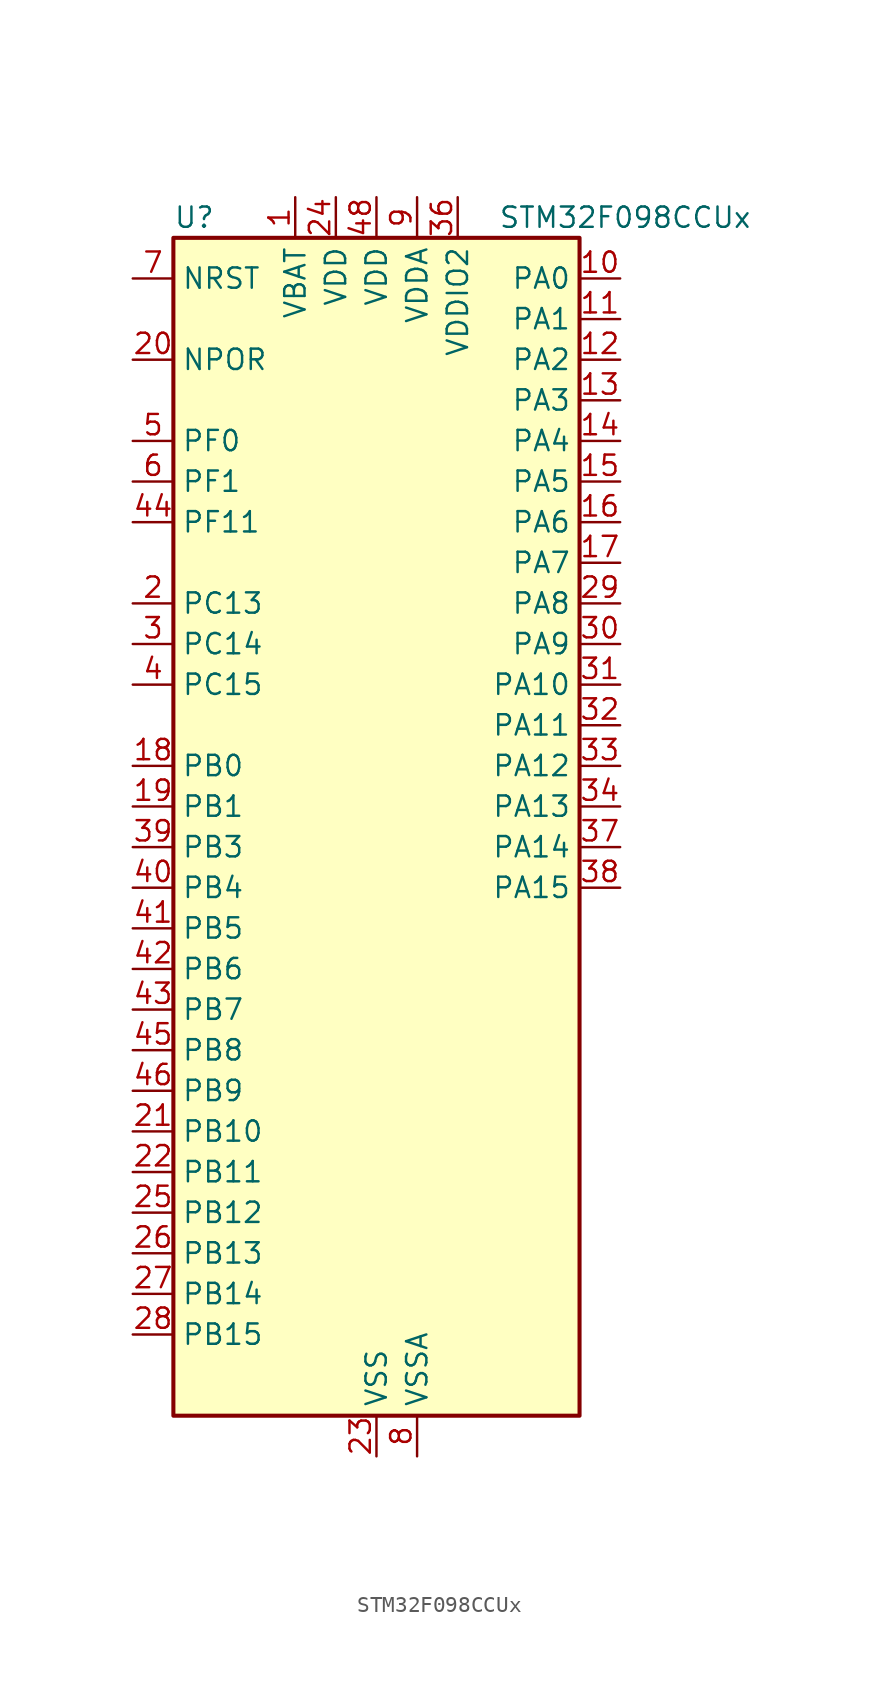
<source format=kicad_sym>
(kicad_symbol_lib
  (version 20220914)
  (generator kicad_symbol_editor)
  (symbol "STM32F098CCUx"
    (property "Reference" "U"
      (at -12.7 39.37 0)
      (effects (font (size 1.27 1.27)) (justify left)))
    (property "Value" "STM32F098CCUx"
      (at 7.62 39.37 0)
      (effects (font (size 1.27 1.27)) (justify left)))
    (property "ki_locked" ""
      (at 0 0 0)
      (effects (font (size 1.27 1.27))))
    (symbol "STM32F098CCUx_0_1"
      (rectangle (start -12.7 -35.56) (end 12.7 38.1) (stroke (width 0.254) (type default)) (fill (type background))))
    (symbol "STM32F098CCUx_1_1"
      (pin power_in line (at -5.08 40.64 270) (length 2.54) (name "VBAT" (effects (font (size 1.27 1.27)))) (number "1" (effects (font (size 1.27 1.27)))))
      (pin bidirectional line (at 15.24 35.56 180) (length 2.54) (name "PA0" (effects (font (size 1.27 1.27)))) (number "10" (effects (font (size 1.27 1.27)))) (alternate "ADC_IN0" bidirectional line) (alternate "COMP1_INM" bidirectional line) (alternate "COMP1_OUT" bidirectional line) (alternate "RTC_TAMP2" bidirectional line) (alternate "SYS_WKUP1" bidirectional line) (alternate "TIM2_CH1" bidirectional line) (alternate "TIM2_ETR" bidirectional line) (alternate "TSC_G1_IO1" bidirectional line) (alternate "USART2_CTS" bidirectional line) (alternate "USART4_TX" bidirectional line))
      (pin bidirectional line (at 15.24 33.02 180) (length 2.54) (name "PA1" (effects (font (size 1.27 1.27)))) (number "11" (effects (font (size 1.27 1.27)))) (alternate "ADC_IN1" bidirectional line) (alternate "COMP1_INP" bidirectional line) (alternate "TIM15_CH1N" bidirectional line) (alternate "TIM2_CH2" bidirectional line) (alternate "TSC_G1_IO2" bidirectional line) (alternate "USART2_DE" bidirectional line) (alternate "USART2_RTS" bidirectional line) (alternate "USART4_RX" bidirectional line))
      (pin bidirectional line (at 15.24 30.48 180) (length 2.54) (name "PA2" (effects (font (size 1.27 1.27)))) (number "12" (effects (font (size 1.27 1.27)))) (alternate "ADC_IN2" bidirectional line) (alternate "COMP2_INM" bidirectional line) (alternate "COMP2_OUT" bidirectional line) (alternate "SYS_WKUP4" bidirectional line) (alternate "TIM15_CH1" bidirectional line) (alternate "TIM2_CH3" bidirectional line) (alternate "TSC_G1_IO3" bidirectional line) (alternate "USART2_TX" bidirectional line))
      (pin bidirectional line (at 15.24 27.94 180) (length 2.54) (name "PA3" (effects (font (size 1.27 1.27)))) (number "13" (effects (font (size 1.27 1.27)))) (alternate "ADC_IN3" bidirectional line) (alternate "COMP2_INP" bidirectional line) (alternate "TIM15_CH2" bidirectional line) (alternate "TIM2_CH4" bidirectional line) (alternate "TSC_G1_IO4" bidirectional line) (alternate "USART2_RX" bidirectional line))
      (pin bidirectional line (at 15.24 25.4 180) (length 2.54) (name "PA4" (effects (font (size 1.27 1.27)))) (number "14" (effects (font (size 1.27 1.27)))) (alternate "ADC_IN4" bidirectional line) (alternate "COMP1_INM" bidirectional line) (alternate "COMP2_INM" bidirectional line) (alternate "DAC_OUT1" bidirectional line) (alternate "I2S1_WS" bidirectional line) (alternate "SPI1_NSS" bidirectional line) (alternate "TIM14_CH1" bidirectional line) (alternate "TSC_G2_IO1" bidirectional line) (alternate "USART2_CK" bidirectional line) (alternate "USART6_TX" bidirectional line))
      (pin bidirectional line (at 15.24 22.86 180) (length 2.54) (name "PA5" (effects (font (size 1.27 1.27)))) (number "15" (effects (font (size 1.27 1.27)))) (alternate "ADC_IN5" bidirectional line) (alternate "CEC" bidirectional line) (alternate "COMP1_INM" bidirectional line) (alternate "COMP2_INM" bidirectional line) (alternate "DAC_OUT2" bidirectional line) (alternate "I2S1_CK" bidirectional line) (alternate "SPI1_SCK" bidirectional line) (alternate "TIM2_CH1" bidirectional line) (alternate "TIM2_ETR" bidirectional line) (alternate "TSC_G2_IO2" bidirectional line) (alternate "USART6_RX" bidirectional line))
      (pin bidirectional line (at 15.24 20.32 180) (length 2.54) (name "PA6" (effects (font (size 1.27 1.27)))) (number "16" (effects (font (size 1.27 1.27)))) (alternate "ADC_IN6" bidirectional line) (alternate "COMP1_OUT" bidirectional line) (alternate "I2S1_MCK" bidirectional line) (alternate "SPI1_MISO" bidirectional line) (alternate "TIM16_CH1" bidirectional line) (alternate "TIM1_BKIN" bidirectional line) (alternate "TIM3_CH1" bidirectional line) (alternate "TSC_G2_IO3" bidirectional line) (alternate "USART3_CTS" bidirectional line))
      (pin bidirectional line (at 15.24 17.78 180) (length 2.54) (name "PA7" (effects (font (size 1.27 1.27)))) (number "17" (effects (font (size 1.27 1.27)))) (alternate "ADC_IN7" bidirectional line) (alternate "COMP2_OUT" bidirectional line) (alternate "I2S1_SD" bidirectional line) (alternate "SPI1_MOSI" bidirectional line) (alternate "TIM14_CH1" bidirectional line) (alternate "TIM17_CH1" bidirectional line) (alternate "TIM1_CH1N" bidirectional line) (alternate "TIM3_CH2" bidirectional line) (alternate "TSC_G2_IO4" bidirectional line))
      (pin bidirectional line (at -15.24 5.08 0) (length 2.54) (name "PB0" (effects (font (size 1.27 1.27)))) (number "18" (effects (font (size 1.27 1.27)))) (alternate "ADC_IN8" bidirectional line) (alternate "TIM1_CH2N" bidirectional line) (alternate "TIM3_CH3" bidirectional line) (alternate "TSC_G3_IO2" bidirectional line) (alternate "USART3_CK" bidirectional line))
      (pin bidirectional line (at -15.24 2.54 0) (length 2.54) (name "PB1" (effects (font (size 1.27 1.27)))) (number "19" (effects (font (size 1.27 1.27)))) (alternate "ADC_IN9" bidirectional line) (alternate "TIM14_CH1" bidirectional line) (alternate "TIM1_CH3N" bidirectional line) (alternate "TIM3_CH4" bidirectional line) (alternate "TSC_G3_IO3" bidirectional line) (alternate "USART3_DE" bidirectional line) (alternate "USART3_RTS" bidirectional line))
      (pin bidirectional line (at -15.24 15.24 0) (length 2.54) (name "PC13" (effects (font (size 1.27 1.27)))) (number "2" (effects (font (size 1.27 1.27)))) (alternate "RTC_OUT_ALARM" bidirectional line) (alternate "RTC_OUT_CALIB" bidirectional line) (alternate "RTC_TAMP1" bidirectional line) (alternate "RTC_TS" bidirectional line) (alternate "SYS_WKUP2" bidirectional line))
      (pin input line (at -15.24 30.48 0) (length 2.54) (name "NPOR" (effects (font (size 1.27 1.27)))) (number "20" (effects (font (size 1.27 1.27)))))
      (pin bidirectional line (at -15.24 -17.78 0) (length 2.54) (name "PB10" (effects (font (size 1.27 1.27)))) (number "21" (effects (font (size 1.27 1.27)))) (alternate "CEC" bidirectional line) (alternate "I2C2_SCL" bidirectional line) (alternate "I2S2_CK" bidirectional line) (alternate "SPI2_SCK" bidirectional line) (alternate "TIM2_CH3" bidirectional line) (alternate "TSC_SYNC" bidirectional line) (alternate "USART3_TX" bidirectional line))
      (pin bidirectional line (at -15.24 -20.32 0) (length 2.54) (name "PB11" (effects (font (size 1.27 1.27)))) (number "22" (effects (font (size 1.27 1.27)))) (alternate "I2C2_SDA" bidirectional line) (alternate "TIM2_CH4" bidirectional line) (alternate "TSC_G6_IO1" bidirectional line) (alternate "USART3_RX" bidirectional line))
      (pin power_in line (at 0 -38.1 90) (length 2.54) (name "VSS" (effects (font (size 1.27 1.27)))) (number "23" (effects (font (size 1.27 1.27)))))
      (pin power_in line (at -2.54 40.64 270) (length 2.54) (name "VDD" (effects (font (size 1.27 1.27)))) (number "24" (effects (font (size 1.27 1.27)))))
      (pin bidirectional line (at -15.24 -22.86 0) (length 2.54) (name "PB12" (effects (font (size 1.27 1.27)))) (number "25" (effects (font (size 1.27 1.27)))) (alternate "I2S2_WS" bidirectional line) (alternate "SPI2_NSS" bidirectional line) (alternate "TIM15_BKIN" bidirectional line) (alternate "TIM1_BKIN" bidirectional line) (alternate "TSC_G6_IO2" bidirectional line) (alternate "USART3_CK" bidirectional line))
      (pin bidirectional line (at -15.24 -25.4 0) (length 2.54) (name "PB13" (effects (font (size 1.27 1.27)))) (number "26" (effects (font (size 1.27 1.27)))) (alternate "I2C2_SCL" bidirectional line) (alternate "I2S2_CK" bidirectional line) (alternate "SPI2_SCK" bidirectional line) (alternate "TIM1_CH1N" bidirectional line) (alternate "TSC_G6_IO3" bidirectional line) (alternate "USART3_CTS" bidirectional line))
      (pin bidirectional line (at -15.24 -27.94 0) (length 2.54) (name "PB14" (effects (font (size 1.27 1.27)))) (number "27" (effects (font (size 1.27 1.27)))) (alternate "I2C2_SDA" bidirectional line) (alternate "I2S2_MCK" bidirectional line) (alternate "SPI2_MISO" bidirectional line) (alternate "TIM15_CH1" bidirectional line) (alternate "TIM1_CH2N" bidirectional line) (alternate "TSC_G6_IO4" bidirectional line) (alternate "USART3_DE" bidirectional line) (alternate "USART3_RTS" bidirectional line))
      (pin bidirectional line (at -15.24 -30.48 0) (length 2.54) (name "PB15" (effects (font (size 1.27 1.27)))) (number "28" (effects (font (size 1.27 1.27)))) (alternate "I2S2_SD" bidirectional line) (alternate "RTC_REFIN" bidirectional line) (alternate "SPI2_MOSI" bidirectional line) (alternate "SYS_WKUP7" bidirectional line) (alternate "TIM15_CH1N" bidirectional line) (alternate "TIM15_CH2" bidirectional line) (alternate "TIM1_CH3N" bidirectional line))
      (pin bidirectional line (at 15.24 15.24 180) (length 2.54) (name "PA8" (effects (font (size 1.27 1.27)))) (number "29" (effects (font (size 1.27 1.27)))) (alternate "CRS_SYNC" bidirectional line) (alternate "RCC_MCO" bidirectional line) (alternate "TIM1_CH1" bidirectional line) (alternate "USART1_CK" bidirectional line))
      (pin bidirectional line (at -15.24 12.7 0) (length 2.54) (name "PC14" (effects (font (size 1.27 1.27)))) (number "3" (effects (font (size 1.27 1.27)))) (alternate "RCC_OSC32_IN" bidirectional line))
      (pin bidirectional line (at 15.24 12.7 180) (length 2.54) (name "PA9" (effects (font (size 1.27 1.27)))) (number "30" (effects (font (size 1.27 1.27)))) (alternate "DAC_EXTI9" bidirectional line) (alternate "I2C1_SCL" bidirectional line) (alternate "RCC_MCO" bidirectional line) (alternate "TIM15_BKIN" bidirectional line) (alternate "TIM1_CH2" bidirectional line) (alternate "TSC_G4_IO1" bidirectional line) (alternate "USART1_TX" bidirectional line))
      (pin bidirectional line (at 15.24 10.16 180) (length 2.54) (name "PA10" (effects (font (size 1.27 1.27)))) (number "31" (effects (font (size 1.27 1.27)))) (alternate "I2C1_SDA" bidirectional line) (alternate "TIM17_BKIN" bidirectional line) (alternate "TIM1_CH3" bidirectional line) (alternate "TSC_G4_IO2" bidirectional line) (alternate "USART1_RX" bidirectional line))
      (pin bidirectional line (at 15.24 7.62 180) (length 2.54) (name "PA11" (effects (font (size 1.27 1.27)))) (number "32" (effects (font (size 1.27 1.27)))) (alternate "CAN_RX" bidirectional line) (alternate "COMP1_OUT" bidirectional line) (alternate "I2C2_SCL" bidirectional line) (alternate "TIM1_CH4" bidirectional line) (alternate "TSC_G4_IO3" bidirectional line) (alternate "USART1_CTS" bidirectional line))
      (pin bidirectional line (at 15.24 5.08 180) (length 2.54) (name "PA12" (effects (font (size 1.27 1.27)))) (number "33" (effects (font (size 1.27 1.27)))) (alternate "CAN_TX" bidirectional line) (alternate "COMP2_OUT" bidirectional line) (alternate "I2C2_SDA" bidirectional line) (alternate "TIM1_ETR" bidirectional line) (alternate "TSC_G4_IO4" bidirectional line) (alternate "USART1_DE" bidirectional line) (alternate "USART1_RTS" bidirectional line))
      (pin bidirectional line (at 15.24 2.54 180) (length 2.54) (name "PA13" (effects (font (size 1.27 1.27)))) (number "34" (effects (font (size 1.27 1.27)))) (alternate "IR_OUT" bidirectional line) (alternate "SYS_SWDIO" bidirectional line))
      (pin passive line (at 0 -38.1 90) (length 2.54) hide (name "VSS" (effects (font (size 1.27 1.27)))) (number "35" (effects (font (size 1.27 1.27)))))
      (pin power_in line (at 5.08 40.64 270) (length 2.54) (name "VDDIO2" (effects (font (size 1.27 1.27)))) (number "36" (effects (font (size 1.27 1.27)))))
      (pin bidirectional line (at 15.24 0 180) (length 2.54) (name "PA14" (effects (font (size 1.27 1.27)))) (number "37" (effects (font (size 1.27 1.27)))) (alternate "SYS_SWCLK" bidirectional line) (alternate "USART2_TX" bidirectional line))
      (pin bidirectional line (at 15.24 -2.54 180) (length 2.54) (name "PA15" (effects (font (size 1.27 1.27)))) (number "38" (effects (font (size 1.27 1.27)))) (alternate "I2S1_WS" bidirectional line) (alternate "SPI1_NSS" bidirectional line) (alternate "TIM2_CH1" bidirectional line) (alternate "TIM2_ETR" bidirectional line) (alternate "USART2_RX" bidirectional line) (alternate "USART4_DE" bidirectional line) (alternate "USART4_RTS" bidirectional line))
      (pin bidirectional line (at -15.24 0 0) (length 2.54) (name "PB3" (effects (font (size 1.27 1.27)))) (number "39" (effects (font (size 1.27 1.27)))) (alternate "I2S1_CK" bidirectional line) (alternate "SPI1_SCK" bidirectional line) (alternate "TIM2_CH2" bidirectional line) (alternate "TSC_G5_IO1" bidirectional line) (alternate "USART5_TX" bidirectional line))
      (pin bidirectional line (at -15.24 10.16 0) (length 2.54) (name "PC15" (effects (font (size 1.27 1.27)))) (number "4" (effects (font (size 1.27 1.27)))) (alternate "RCC_OSC32_OUT" bidirectional line))
      (pin bidirectional line (at -15.24 -2.54 0) (length 2.54) (name "PB4" (effects (font (size 1.27 1.27)))) (number "40" (effects (font (size 1.27 1.27)))) (alternate "I2S1_MCK" bidirectional line) (alternate "SPI1_MISO" bidirectional line) (alternate "TIM17_BKIN" bidirectional line) (alternate "TIM3_CH1" bidirectional line) (alternate "TSC_G5_IO2" bidirectional line) (alternate "USART5_RX" bidirectional line))
      (pin bidirectional line (at -15.24 -5.08 0) (length 2.54) (name "PB5" (effects (font (size 1.27 1.27)))) (number "41" (effects (font (size 1.27 1.27)))) (alternate "I2C1_SMBA" bidirectional line) (alternate "I2S1_SD" bidirectional line) (alternate "SPI1_MOSI" bidirectional line) (alternate "SYS_WKUP6" bidirectional line) (alternate "TIM16_BKIN" bidirectional line) (alternate "TIM3_CH2" bidirectional line) (alternate "USART5_CK" bidirectional line) (alternate "USART5_DE" bidirectional line) (alternate "USART5_RTS" bidirectional line))
      (pin bidirectional line (at -15.24 -7.62 0) (length 2.54) (name "PB6" (effects (font (size 1.27 1.27)))) (number "42" (effects (font (size 1.27 1.27)))) (alternate "I2C1_SCL" bidirectional line) (alternate "TIM16_CH1N" bidirectional line) (alternate "TSC_G5_IO3" bidirectional line) (alternate "USART1_TX" bidirectional line))
      (pin bidirectional line (at -15.24 -10.16 0) (length 2.54) (name "PB7" (effects (font (size 1.27 1.27)))) (number "43" (effects (font (size 1.27 1.27)))) (alternate "I2C1_SDA" bidirectional line) (alternate "TIM17_CH1N" bidirectional line) (alternate "TSC_G5_IO4" bidirectional line) (alternate "USART1_RX" bidirectional line) (alternate "USART4_CTS" bidirectional line))
      (pin bidirectional line (at -15.24 20.32 0) (length 2.54) (name "PF11" (effects (font (size 1.27 1.27)))) (number "44" (effects (font (size 1.27 1.27)))))
      (pin bidirectional line (at -15.24 -12.7 0) (length 2.54) (name "PB8" (effects (font (size 1.27 1.27)))) (number "45" (effects (font (size 1.27 1.27)))) (alternate "CAN_RX" bidirectional line) (alternate "CEC" bidirectional line) (alternate "I2C1_SCL" bidirectional line) (alternate "TIM16_CH1" bidirectional line) (alternate "TSC_SYNC" bidirectional line))
      (pin bidirectional line (at -15.24 -15.24 0) (length 2.54) (name "PB9" (effects (font (size 1.27 1.27)))) (number "46" (effects (font (size 1.27 1.27)))) (alternate "CAN_TX" bidirectional line) (alternate "DAC_EXTI9" bidirectional line) (alternate "I2C1_SDA" bidirectional line) (alternate "I2S2_WS" bidirectional line) (alternate "IR_OUT" bidirectional line) (alternate "SPI2_NSS" bidirectional line) (alternate "TIM17_CH1" bidirectional line))
      (pin passive line (at 0 -38.1 90) (length 2.54) hide (name "VSS" (effects (font (size 1.27 1.27)))) (number "47" (effects (font (size 1.27 1.27)))))
      (pin power_in line (at 0 40.64 270) (length 2.54) (name "VDD" (effects (font (size 1.27 1.27)))) (number "48" (effects (font (size 1.27 1.27)))))
      (pin passive line (at 0 -38.1 90) (length 2.54) hide (name "VSS" (effects (font (size 1.27 1.27)))) (number "49" (effects (font (size 1.27 1.27)))))
      (pin bidirectional line (at -15.24 25.4 0) (length 2.54) (name "PF0" (effects (font (size 1.27 1.27)))) (number "5" (effects (font (size 1.27 1.27)))) (alternate "CRS_SYNC" bidirectional line) (alternate "I2C1_SDA" bidirectional line) (alternate "RCC_OSC_IN" bidirectional line))
      (pin bidirectional line (at -15.24 22.86 0) (length 2.54) (name "PF1" (effects (font (size 1.27 1.27)))) (number "6" (effects (font (size 1.27 1.27)))) (alternate "I2C1_SCL" bidirectional line) (alternate "RCC_OSC_OUT" bidirectional line))
      (pin input line (at -15.24 35.56 0) (length 2.54) (name "NRST" (effects (font (size 1.27 1.27)))) (number "7" (effects (font (size 1.27 1.27)))))
      (pin power_in line (at 2.54 -38.1 90) (length 2.54) (name "VSSA" (effects (font (size 1.27 1.27)))) (number "8" (effects (font (size 1.27 1.27)))))
      (pin power_in line (at 2.54 40.64 270) (length 2.54) (name "VDDA" (effects (font (size 1.27 1.27)))) (number "9" (effects (font (size 1.27 1.27))))))))
</source>
